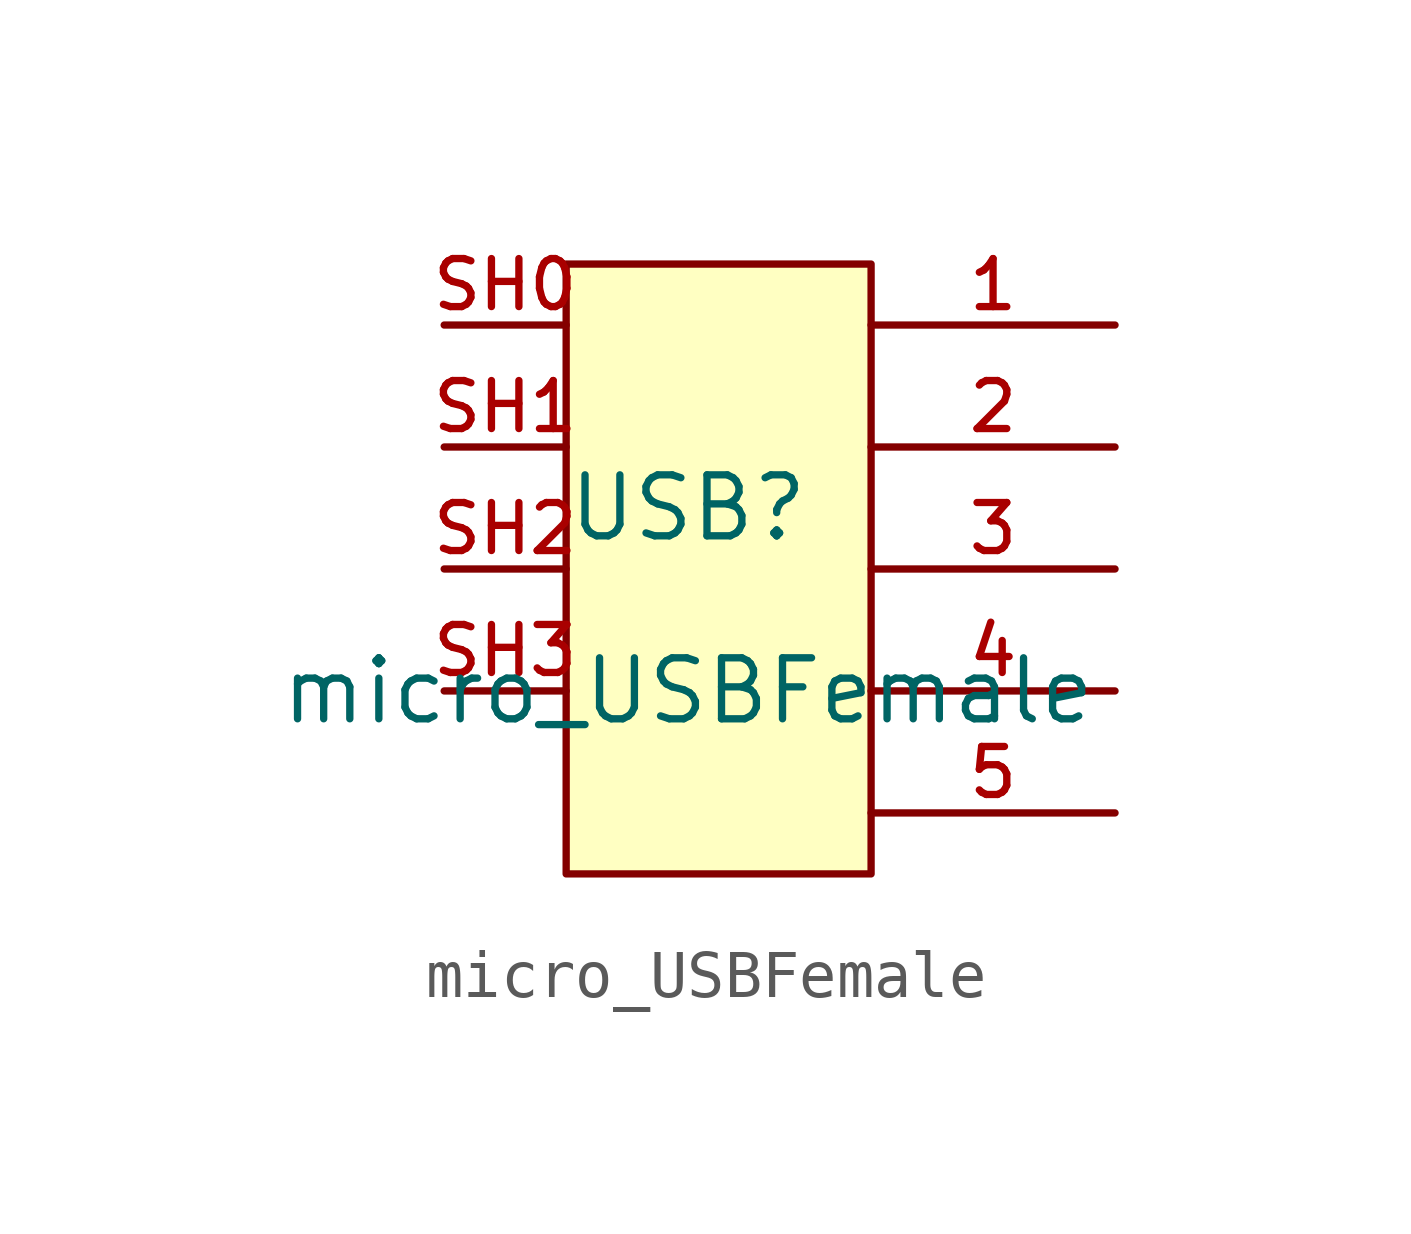
<source format=kicad_sym>
(kicad_symbol_lib
  (version 20220914)
  (generator kicad_symbol_editor)
  (symbol "micro_USBFemale"
    (pin_names hide)
    (property "Reference" "USB"
      (at 0 1.27 0)
      (effects (font (size 1.27 1.27))))
    (property "Value" "micro_USBFemale"
      (at 0 -2.54 0)
      (effects (font (size 1.27 1.27))))
    (symbol "micro_USBFemale_0_1"
      (rectangle (start -2.54 6.35) (end 3.81 -6.35) (stroke (width 0) (type default)) (fill (type background)))
      (pin unspecified line (at 8.89 5.08 180) (length 5.08) (name "V+" (effects (font (size 1 1)))) (number "1" (effects (font (size 1 1)))))
      (pin unspecified line (at 8.89 2.54 180) (length 5.08) (name "D-" (effects (font (size 1 1)))) (number "2" (effects (font (size 1 1)))))
      (pin unspecified line (at 8.89 0 180) (length 5.08) (name "D+" (effects (font (size 1 1)))) (number "3" (effects (font (size 1 1)))))
      (pin unspecified line (at 8.89 -2.54 180) (length 5.08) (name "ID" (effects (font (size 1 1)))) (number "4" (effects (font (size 1 1)))))
      (pin unspecified line (at 8.89 -5.08 180) (length 5.08) (name "V-" (effects (font (size 1 1)))) (number "5" (effects (font (size 1 1)))))
      (pin input line (at -5.08 5.08 0) (length 2.54) (name "MTN" (effects (font (size 1 1)))) (number "SH0" (effects (font (size 1 1))))))
    (symbol "micro_USBFemale_1_1"
      (pin unspecified line (at -5.08 2.54 0) (length 2.54) (name "SH1" (effects (font (size 1 1)))) (number "SH1" (effects (font (size 1 1)))))
      (pin unspecified line (at -5.08 0 0) (length 2.54) (name "SH2" (effects (font (size 1 1)))) (number "SH2" (effects (font (size 1 1)))))
      (pin unspecified line (at -5.08 -2.54 0) (length 2.54) (name "SH3" (effects (font (size 1 1)))) (number "SH3" (effects (font (size 1 1))))))))
</source>
